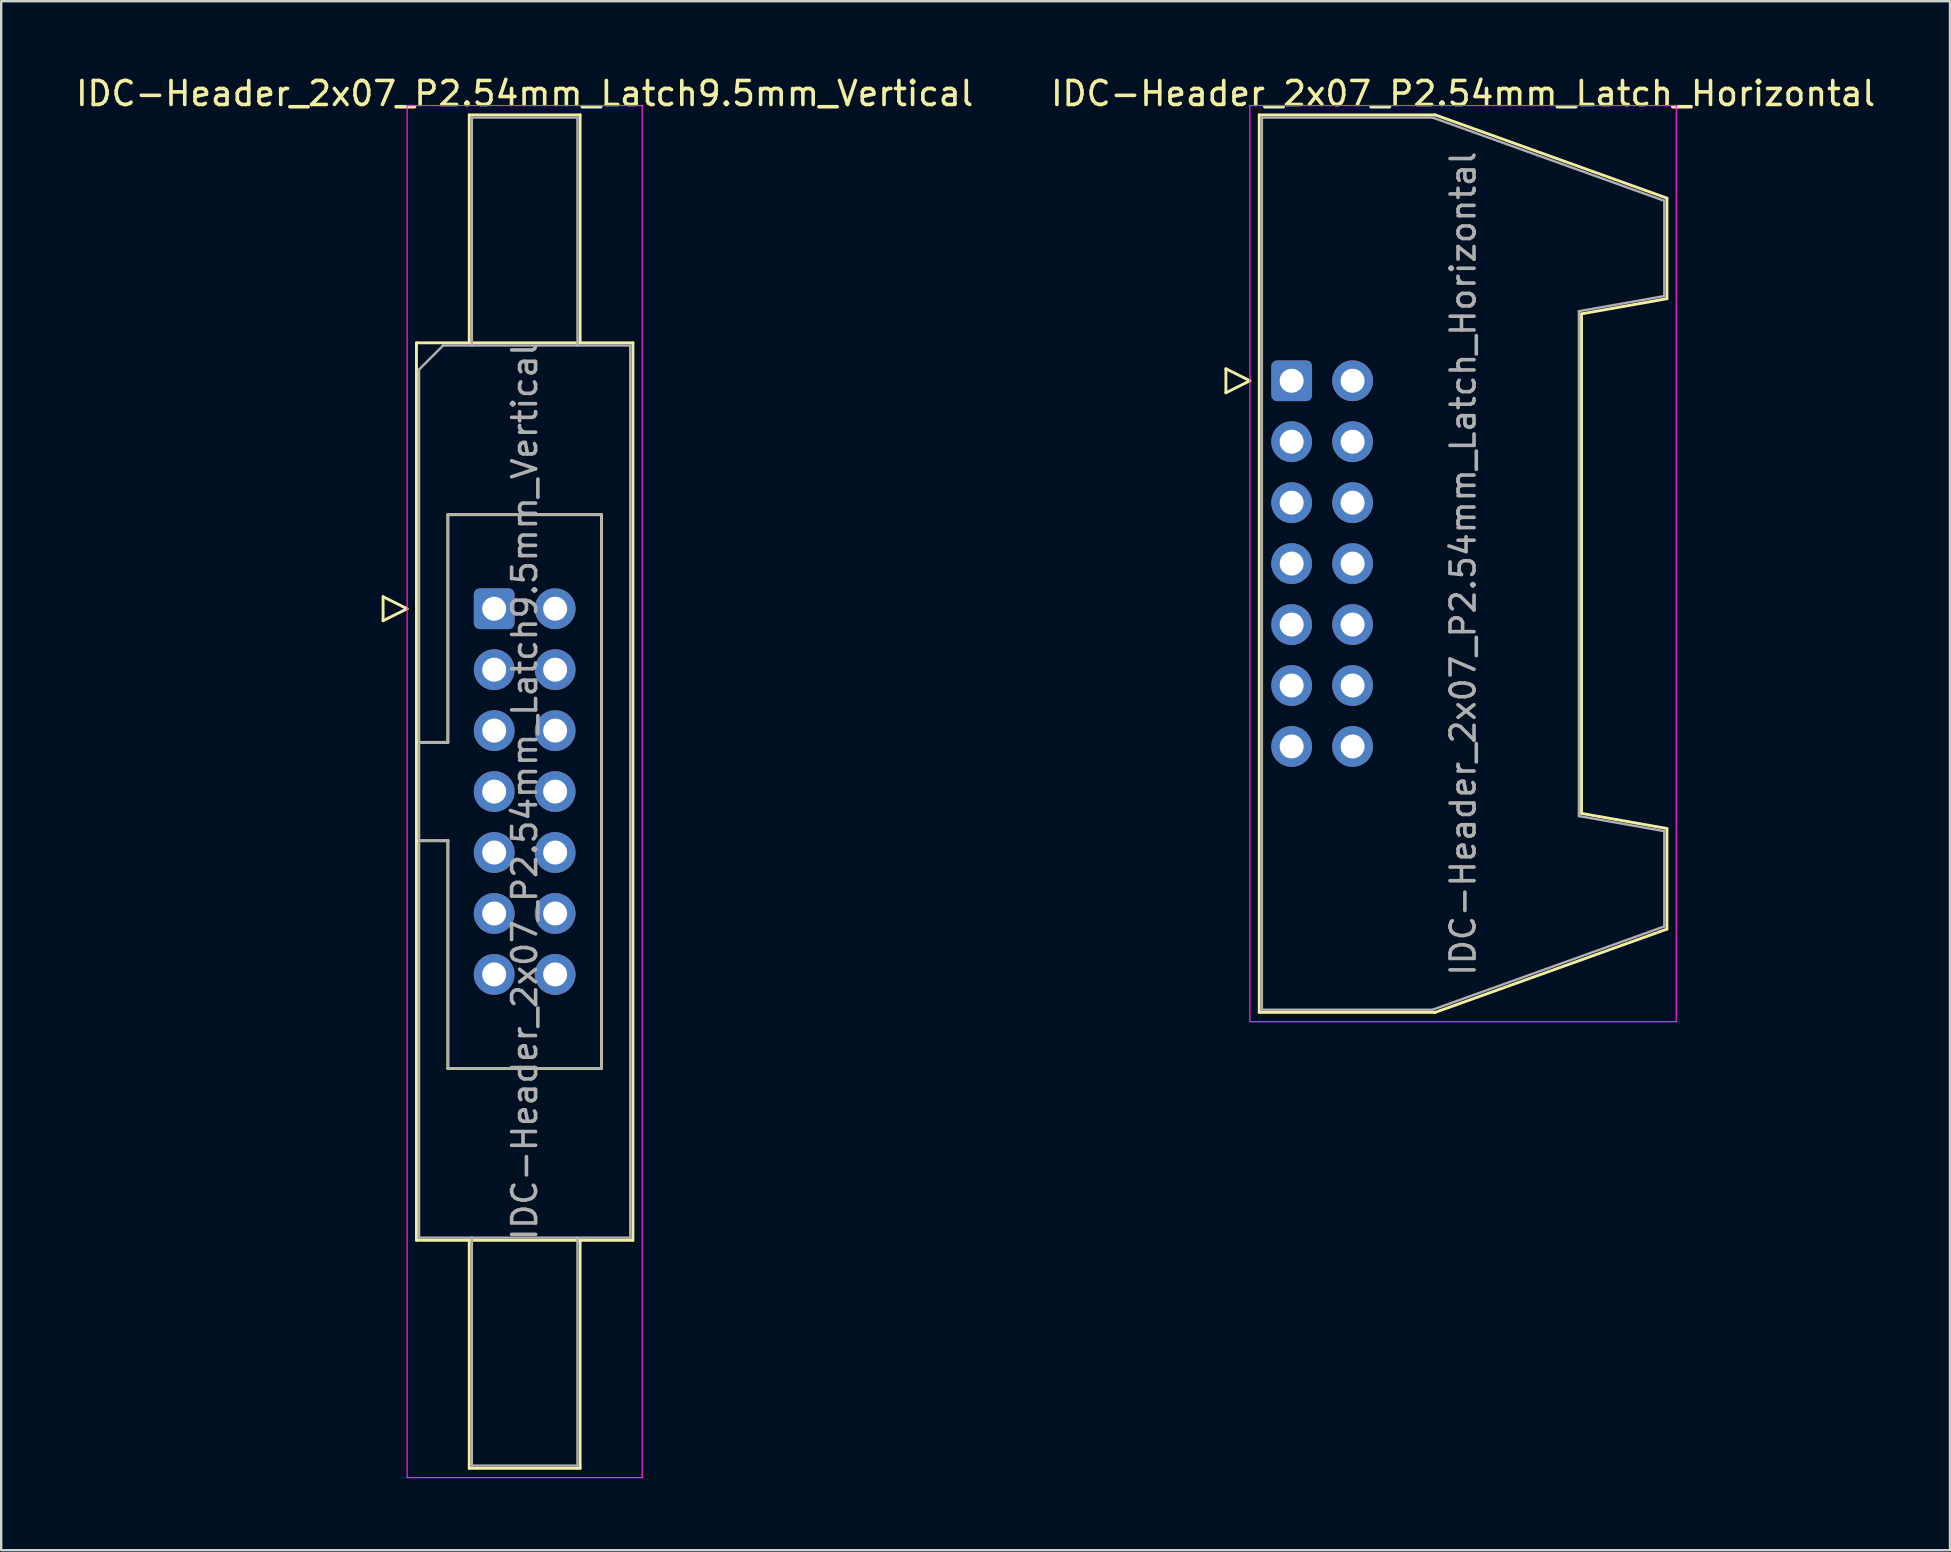
<source format=kicad_pcb>
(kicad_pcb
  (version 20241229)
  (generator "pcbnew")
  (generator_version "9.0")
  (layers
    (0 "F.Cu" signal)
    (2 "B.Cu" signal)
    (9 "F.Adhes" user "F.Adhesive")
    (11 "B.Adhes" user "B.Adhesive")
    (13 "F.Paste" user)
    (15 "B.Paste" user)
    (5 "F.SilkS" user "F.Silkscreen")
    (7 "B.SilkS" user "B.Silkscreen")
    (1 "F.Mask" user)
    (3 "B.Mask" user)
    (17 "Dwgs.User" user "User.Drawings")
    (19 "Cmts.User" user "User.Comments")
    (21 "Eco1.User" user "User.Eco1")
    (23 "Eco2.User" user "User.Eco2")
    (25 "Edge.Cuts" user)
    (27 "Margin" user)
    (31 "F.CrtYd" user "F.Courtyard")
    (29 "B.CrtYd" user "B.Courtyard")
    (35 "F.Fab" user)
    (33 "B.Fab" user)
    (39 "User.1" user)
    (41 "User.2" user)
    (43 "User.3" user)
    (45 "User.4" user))
  (footprint "IDC-Header_2x07_P2.54mm_Latch_Horizontal"
    (layer "F.Cu")
    (at 50.778 12.818)
    (property "Reference" "IDC-Header_2x07_P2.54mm_Latch_Horizontal" (at 7.145 -11.97 0) (layer "F.SilkS") (effects (font (size 1 1) (thickness 0.15))))
    (attr through_hole)
    (fp_line (start -2.74 -0.5) (end -2.74 0.5) (stroke (width 0.12) (type solid)) (layer "F.SilkS"))
    (fp_line (start -2.74 0.5) (end -1.74 0) (stroke (width 0.12) (type solid)) (layer "F.SilkS"))
    (fp_line (start -1.74 0) (end -2.74 -0.5) (stroke (width 0.12) (type solid)) (layer "F.SilkS"))
    (fp_line (start -1.35 -11.08) (end 5.98 -11.08) (stroke (width 0.12) (type solid)) (layer "F.SilkS"))
    (fp_line (start -1.35 26.32) (end -1.35 -11.08) (stroke (width 0.12) (type solid)) (layer "F.SilkS"))
    (fp_line (start 5.98 -11.08) (end 15.64 -7.61) (stroke (width 0.12) (type solid)) (layer "F.SilkS"))
    (fp_line (start 5.98 26.32) (end -1.35 26.32) (stroke (width 0.12) (type solid)) (layer "F.SilkS"))
    (fp_line (start 12.08 -2.79) (end 12.08 18.03) (stroke (width 0.12) (type solid)) (layer "F.SilkS"))
    (fp_line (start 12.08 18.03) (end 15.64 18.66) (stroke (width 0.12) (type solid)) (layer "F.SilkS"))
    (fp_line (start 15.64 -7.61) (end 15.64 -3.42) (stroke (width 0.12) (type solid)) (layer "F.SilkS"))
    (fp_line (start 15.64 -3.42) (end 12.08 -2.79) (stroke (width 0.12) (type solid)) (layer "F.SilkS"))
    (fp_line (start 15.64 18.66) (end 15.64 22.85) (stroke (width 0.12) (type solid)) (layer "F.SilkS"))
    (fp_line (start 15.64 22.85) (end 5.98 26.32) (stroke (width 0.12) (type solid)) (layer "F.SilkS"))
    (fp_line (start -1.74 -11.47) (end -1.74 26.71) (stroke (width 0.05) (type solid)) (layer "F.CrtYd"))
    (fp_line (start -1.74 26.71) (end 16.03 26.71) (stroke (width 0.05) (type solid)) (layer "F.CrtYd"))
    (fp_line (start 16.03 -11.47) (end -1.74 -11.47) (stroke (width 0.05) (type solid)) (layer "F.CrtYd"))
    (fp_line (start 16.03 26.71) (end 16.03 -11.47) (stroke (width 0.05) (type solid)) (layer "F.CrtYd"))
    (fp_line (start -1.24 -10.97) (end 5.87 -10.97) (stroke (width 0.1) (type solid)) (layer "F.Fab"))
    (fp_line (start -1.24 26.21) (end -1.24 -10.97) (stroke (width 0.1) (type solid)) (layer "F.Fab"))
    (fp_line (start 5.87 -10.97) (end 15.53 -7.5) (stroke (width 0.1) (type solid)) (layer "F.Fab"))
    (fp_line (start 5.87 26.21) (end -1.24 26.21) (stroke (width 0.1) (type solid)) (layer "F.Fab"))
    (fp_line (start 11.97 -2.9) (end 11.97 18.14) (stroke (width 0.1) (type solid)) (layer "F.Fab"))
    (fp_line (start 11.97 18.14) (end 15.53 18.77) (stroke (width 0.1) (type solid)) (layer "F.Fab"))
    (fp_line (start 15.53 -7.5) (end 15.53 -3.53) (stroke (width 0.1) (type solid)) (layer "F.Fab"))
    (fp_line (start 15.53 -3.53) (end 11.97 -2.9) (stroke (width 0.1) (type solid)) (layer "F.Fab"))
    (fp_line (start 15.53 18.77) (end 15.53 22.74) (stroke (width 0.1) (type solid)) (layer "F.Fab"))
    (fp_line (start 15.53 22.74) (end 5.87 26.21) (stroke (width 0.1) (type solid)) (layer "F.Fab"))
    (fp_text user "${REFERENCE}" (at 7.145 7.62 90) (layer "F.Fab") (effects (font (size 1 1) (thickness 0.15))))
    (pad "1" thru_hole roundrect (at 0 0) (size 1.7 1.7) (drill 1) (layers "*.Cu" "*.Mask") (roundrect_rratio 0.147))
    (pad "2" thru_hole circle (at 2.54 0) (size 1.7 1.7) (drill 1) (layers "*.Cu" "*.Mask"))
    (pad "3" thru_hole circle (at 0 2.54) (size 1.7 1.7) (drill 1) (layers "*.Cu" "*.Mask"))
    (pad "4" thru_hole circle (at 2.54 2.54) (size 1.7 1.7) (drill 1) (layers "*.Cu" "*.Mask"))
    (pad "5" thru_hole circle (at 0 5.08) (size 1.7 1.7) (drill 1) (layers "*.Cu" "*.Mask"))
    (pad "6" thru_hole circle (at 2.54 5.08) (size 1.7 1.7) (drill 1) (layers "*.Cu" "*.Mask"))
    (pad "7" thru_hole circle (at 0 7.62) (size 1.7 1.7) (drill 1) (layers "*.Cu" "*.Mask"))
    (pad "8" thru_hole circle (at 2.54 7.62) (size 1.7 1.7) (drill 1) (layers "*.Cu" "*.Mask"))
    (pad "9" thru_hole circle (at 0 10.16) (size 1.7 1.7) (drill 1) (layers "*.Cu" "*.Mask"))
    (pad "10" thru_hole circle (at 2.54 10.16) (size 1.7 1.7) (drill 1) (layers "*.Cu" "*.Mask"))
    (pad "11" thru_hole circle (at 0 12.7) (size 1.7 1.7) (drill 1) (layers "*.Cu" "*.Mask"))
    (pad "12" thru_hole circle (at 2.54 12.7) (size 1.7 1.7) (drill 1) (layers "*.Cu" "*.Mask"))
    (pad "13" thru_hole circle (at 0 15.24) (size 1.7 1.7) (drill 1) (layers "*.Cu" "*.Mask"))
    (pad "14" thru_hole circle (at 2.54 15.24) (size 1.7 1.7) (drill 1) (layers "*.Cu" "*.Mask")))
  (footprint "IDC-Header_2x07_P2.54mm_Latch9.5mm_Vertical"
    (layer "F.Cu")
    (at 17.545 22.318)
    (property "Reference" "IDC-Header_2x07_P2.54mm_Latch9.5mm_Vertical" (at 1.27 -21.47 0) (layer "F.SilkS") (effects (font (size 1 1) (thickness 0.15))))
    (attr through_hole)
    (fp_line (start -4.63 -0.5) (end -4.63 0.5) (stroke (width 0.12) (type solid)) (layer "F.SilkS"))
    (fp_line (start -4.63 0.5) (end -3.63 0) (stroke (width 0.12) (type solid)) (layer "F.SilkS"))
    (fp_line (start -3.63 0) (end -4.63 -0.5) (stroke (width 0.12) (type solid)) (layer "F.SilkS"))
    (fp_line (start -3.24 -11.08) (end 5.78 -11.08) (stroke (width 0.12) (type solid)) (layer "F.SilkS"))
    (fp_line (start -3.24 5.57) (end -1.93 5.57) (stroke (width 0.12) (type solid)) (layer "F.SilkS"))
    (fp_line (start -3.24 26.32) (end -3.24 -11.08) (stroke (width 0.12) (type solid)) (layer "F.SilkS"))
    (fp_line (start -1.93 -3.92) (end 4.47 -3.92) (stroke (width 0.12) (type solid)) (layer "F.SilkS"))
    (fp_line (start -1.93 5.57) (end -1.93 -3.92) (stroke (width 0.12) (type solid)) (layer "F.SilkS"))
    (fp_line (start -1.93 9.67) (end -3.24 9.67) (stroke (width 0.12) (type solid)) (layer "F.SilkS"))
    (fp_line (start -1.93 9.67) (end -1.93 9.67) (stroke (width 0.12) (type solid)) (layer "F.SilkS"))
    (fp_line (start -1.93 19.16) (end -1.93 9.67) (stroke (width 0.12) (type solid)) (layer "F.SilkS"))
    (fp_line (start -1.04 -20.58) (end 3.58 -20.58) (stroke (width 0.12) (type solid)) (layer "F.SilkS"))
    (fp_line (start -1.04 -11.08) (end -1.04 -20.58) (stroke (width 0.12) (type solid)) (layer "F.SilkS"))
    (fp_line (start -1.04 26.32) (end -1.04 35.82) (stroke (width 0.12) (type solid)) (layer "F.SilkS"))
    (fp_line (start -1.04 35.82) (end 3.58 35.82) (stroke (width 0.12) (type solid)) (layer "F.SilkS"))
    (fp_line (start 3.58 -20.58) (end 3.58 -11.08) (stroke (width 0.12) (type solid)) (layer "F.SilkS"))
    (fp_line (start 3.58 35.82) (end 3.58 26.32) (stroke (width 0.12) (type solid)) (layer "F.SilkS"))
    (fp_line (start 4.47 -3.92) (end 4.47 19.16) (stroke (width 0.12) (type solid)) (layer "F.SilkS"))
    (fp_line (start 4.47 19.16) (end -1.93 19.16) (stroke (width 0.12) (type solid)) (layer "F.SilkS"))
    (fp_line (start 5.78 -11.08) (end 5.78 26.32) (stroke (width 0.12) (type solid)) (layer "F.SilkS"))
    (fp_line (start 5.78 26.32) (end -3.24 26.32) (stroke (width 0.12) (type solid)) (layer "F.SilkS"))
    (fp_line (start -3.63 -20.97) (end -3.63 36.21) (stroke (width 0.05) (type solid)) (layer "F.CrtYd"))
    (fp_line (start -3.63 36.21) (end 6.17 36.21) (stroke (width 0.05) (type solid)) (layer "F.CrtYd"))
    (fp_line (start 6.17 -20.97) (end -3.63 -20.97) (stroke (width 0.05) (type solid)) (layer "F.CrtYd"))
    (fp_line (start 6.17 36.21) (end 6.17 -20.97) (stroke (width 0.05) (type solid)) (layer "F.CrtYd"))
    (fp_line (start -3.13 -9.97) (end -2.13 -10.97) (stroke (width 0.1) (type solid)) (layer "F.Fab"))
    (fp_line (start -3.13 5.57) (end -1.93 5.57) (stroke (width 0.1) (type solid)) (layer "F.Fab"))
    (fp_line (start -3.13 26.21) (end -3.13 -9.97) (stroke (width 0.1) (type solid)) (layer "F.Fab"))
    (fp_line (start -2.13 -10.97) (end 5.67 -10.97) (stroke (width 0.1) (type solid)) (layer "F.Fab"))
    (fp_line (start -1.93 -3.92) (end 4.47 -3.92) (stroke (width 0.1) (type solid)) (layer "F.Fab"))
    (fp_line (start -1.93 5.57) (end -1.93 -3.92) (stroke (width 0.1) (type solid)) (layer "F.Fab"))
    (fp_line (start -1.93 9.67) (end -3.13 9.67) (stroke (width 0.1) (type solid)) (layer "F.Fab"))
    (fp_line (start -1.93 9.67) (end -1.93 9.67) (stroke (width 0.1) (type solid)) (layer "F.Fab"))
    (fp_line (start -1.93 19.16) (end -1.93 9.67) (stroke (width 0.1) (type solid)) (layer "F.Fab"))
    (fp_line (start -0.93 -20.47) (end 3.47 -20.47) (stroke (width 0.1) (type solid)) (layer "F.Fab"))
    (fp_line (start -0.93 -10.97) (end -0.93 -20.47) (stroke (width 0.1) (type solid)) (layer "F.Fab"))
    (fp_line (start -0.93 26.21) (end -0.93 35.71) (stroke (width 0.1) (type solid)) (layer "F.Fab"))
    (fp_line (start -0.93 35.71) (end 3.47 35.71) (stroke (width 0.1) (type solid)) (layer "F.Fab"))
    (fp_line (start 3.47 -20.47) (end 3.47 -10.97) (stroke (width 0.1) (type solid)) (layer "F.Fab"))
    (fp_line (start 3.47 35.71) (end 3.47 26.21) (stroke (width 0.1) (type solid)) (layer "F.Fab"))
    (fp_line (start 4.47 -3.92) (end 4.47 19.16) (stroke (width 0.1) (type solid)) (layer "F.Fab"))
    (fp_line (start 4.47 19.16) (end -1.93 19.16) (stroke (width 0.1) (type solid)) (layer "F.Fab"))
    (fp_line (start 5.67 -10.97) (end 5.67 26.21) (stroke (width 0.1) (type solid)) (layer "F.Fab"))
    (fp_line (start 5.67 26.21) (end -3.13 26.21) (stroke (width 0.1) (type solid)) (layer "F.Fab"))
    (fp_text user "${REFERENCE}" (at 1.27 7.62 90) (layer "F.Fab") (effects (font (size 1 1) (thickness 0.15))))
    (pad "1" thru_hole roundrect (at 0 0) (size 1.7 1.7) (drill 1) (layers "*.Cu" "*.Mask") (roundrect_rratio 0.147))
    (pad "2" thru_hole circle (at 2.54 0) (size 1.7 1.7) (drill 1) (layers "*.Cu" "*.Mask"))
    (pad "3" thru_hole circle (at 0 2.54) (size 1.7 1.7) (drill 1) (layers "*.Cu" "*.Mask"))
    (pad "4" thru_hole circle (at 2.54 2.54) (size 1.7 1.7) (drill 1) (layers "*.Cu" "*.Mask"))
    (pad "5" thru_hole circle (at 0 5.08) (size 1.7 1.7) (drill 1) (layers "*.Cu" "*.Mask"))
    (pad "6" thru_hole circle (at 2.54 5.08) (size 1.7 1.7) (drill 1) (layers "*.Cu" "*.Mask"))
    (pad "7" thru_hole circle (at 0 7.62) (size 1.7 1.7) (drill 1) (layers "*.Cu" "*.Mask"))
    (pad "8" thru_hole circle (at 2.54 7.62) (size 1.7 1.7) (drill 1) (layers "*.Cu" "*.Mask"))
    (pad "9" thru_hole circle (at 0 10.16) (size 1.7 1.7) (drill 1) (layers "*.Cu" "*.Mask"))
    (pad "10" thru_hole circle (at 2.54 10.16) (size 1.7 1.7) (drill 1) (layers "*.Cu" "*.Mask"))
    (pad "11" thru_hole circle (at 0 12.7) (size 1.7 1.7) (drill 1) (layers "*.Cu" "*.Mask"))
    (pad "12" thru_hole circle (at 2.54 12.7) (size 1.7 1.7) (drill 1) (layers "*.Cu" "*.Mask"))
    (pad "13" thru_hole circle (at 0 15.24) (size 1.7 1.7) (drill 1) (layers "*.Cu" "*.Mask"))
    (pad "14" thru_hole circle (at 2.54 15.24) (size 1.7 1.7) (drill 1) (layers "*.Cu" "*.Mask")))
  (gr_rect
    (start -3 -3)
    (end 78.214 61.553)
    (stroke (width 0.1) (type default))
    (fill no)
    (layer "Edge.Cuts")))
</source>
